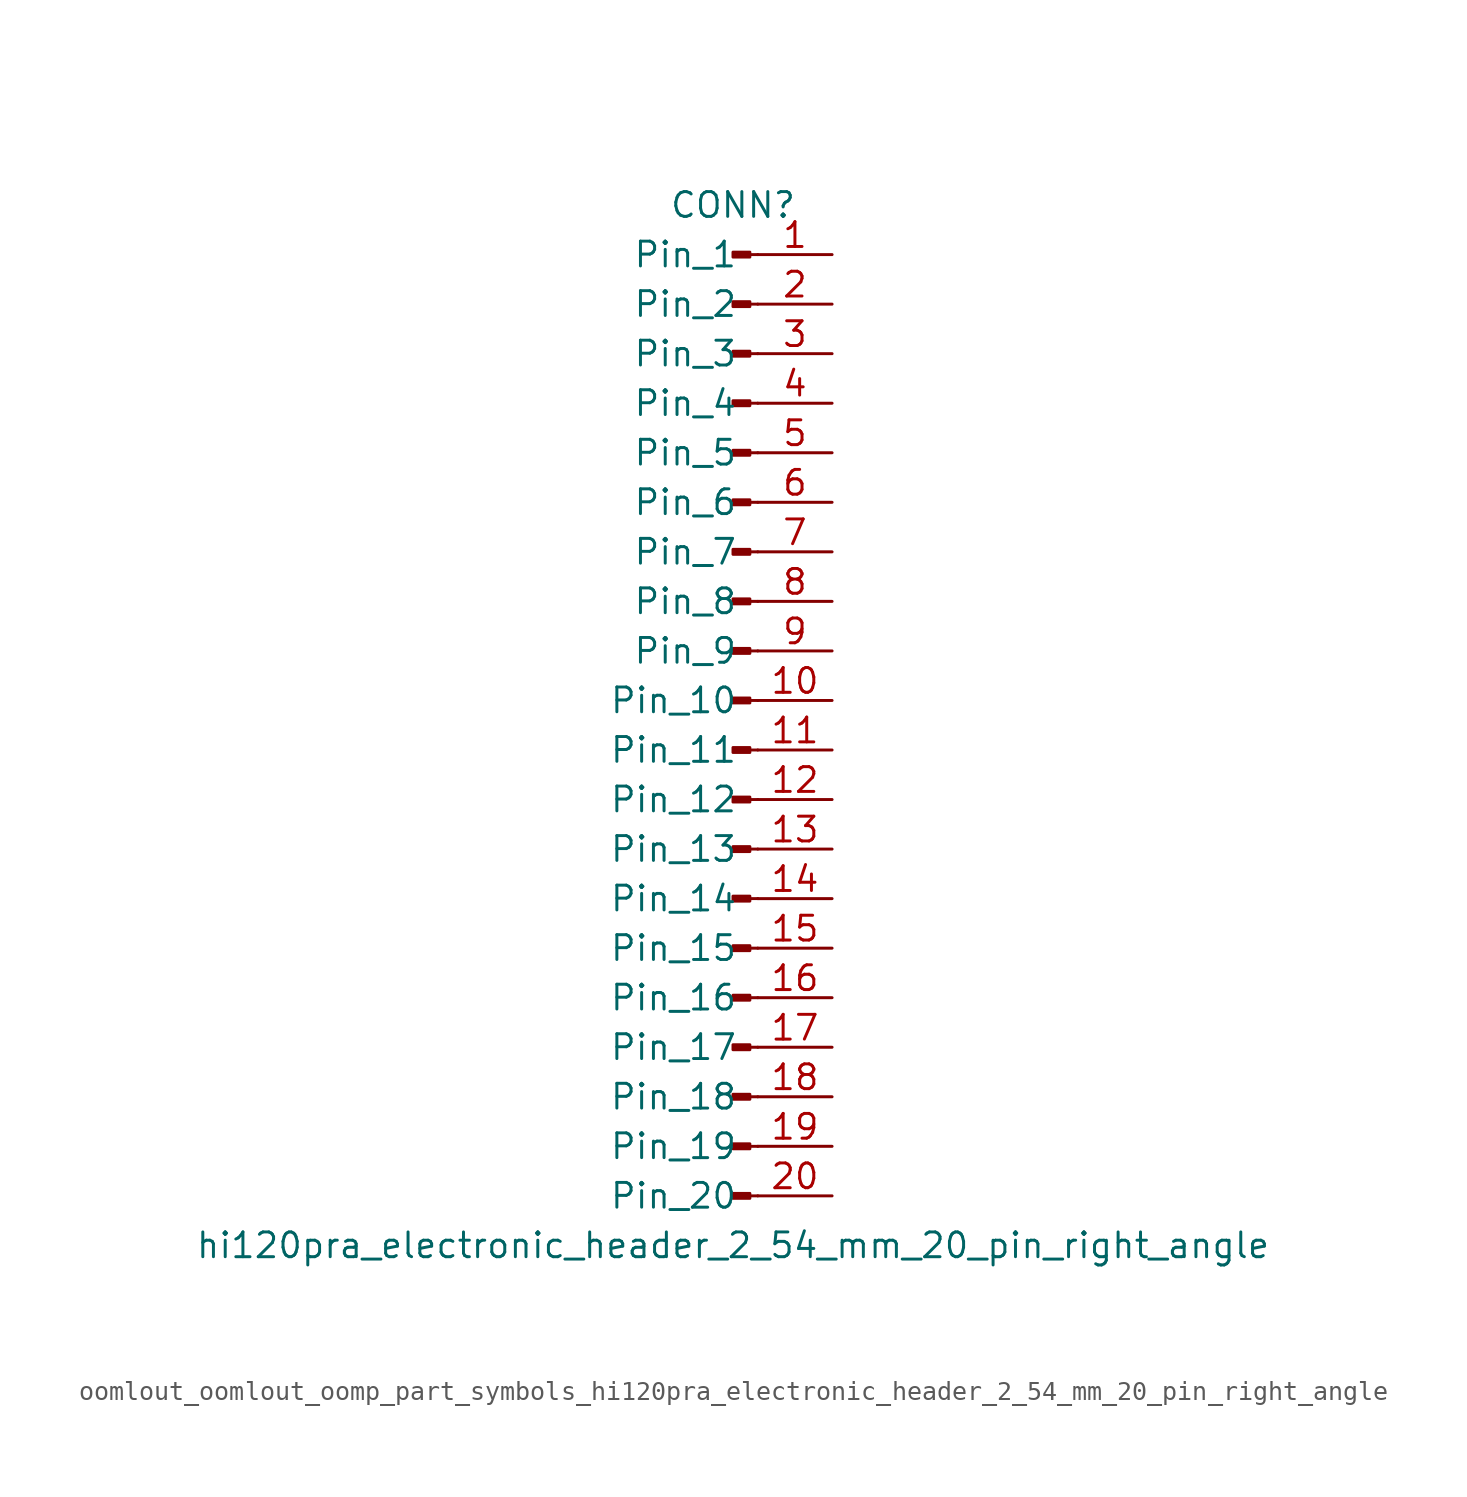
<source format=kicad_sym>
(kicad_symbol_lib
  (version 20220914)
  (generator kicad_symbol_editor)
  (symbol "oomlout_oomlout_oomp_part_symbols_hi120pra_electronic_header_2_54_mm_20_pin_right_angle"
    (pin_names
      (offset 1.016))
    (property "Reference" "CONN"
      (at 0 25.4 0)
      (effects (font (size 1.27 1.27))))
    (property "Value" "hi120pra_electronic_header_2_54_mm_20_pin_right_angle"
      (at 0 -27.94 0)
      (effects (font (size 1.27 1.27))))
    (property "ki_locked" ""
      (at 0 0 0)
      (effects (font (size 1.27 1.27))))
    (symbol "oomlout_oomlout_oomp_part_symbols_hi120pra_electronic_header_2_54_mm_20_pin_right_angle_1_1"
      (polyline (pts (xy 1.27 -25.4) (xy 0.864 -25.4)) (stroke (width 0.152) (type default)) (fill (type none)))
      (polyline (pts (xy 1.27 -22.86) (xy 0.864 -22.86)) (stroke (width 0.152) (type default)) (fill (type none)))
      (polyline (pts (xy 1.27 -20.32) (xy 0.864 -20.32)) (stroke (width 0.152) (type default)) (fill (type none)))
      (polyline (pts (xy 1.27 -17.78) (xy 0.864 -17.78)) (stroke (width 0.152) (type default)) (fill (type none)))
      (polyline (pts (xy 1.27 -15.24) (xy 0.864 -15.24)) (stroke (width 0.152) (type default)) (fill (type none)))
      (polyline (pts (xy 1.27 -12.7) (xy 0.864 -12.7)) (stroke (width 0.152) (type default)) (fill (type none)))
      (polyline (pts (xy 1.27 -10.16) (xy 0.864 -10.16)) (stroke (width 0.152) (type default)) (fill (type none)))
      (polyline (pts (xy 1.27 -7.62) (xy 0.864 -7.62)) (stroke (width 0.152) (type default)) (fill (type none)))
      (polyline (pts (xy 1.27 -5.08) (xy 0.864 -5.08)) (stroke (width 0.152) (type default)) (fill (type none)))
      (polyline (pts (xy 1.27 -2.54) (xy 0.864 -2.54)) (stroke (width 0.152) (type default)) (fill (type none)))
      (polyline (pts (xy 1.27 0) (xy 0.864 0)) (stroke (width 0.152) (type default)) (fill (type none)))
      (polyline (pts (xy 1.27 2.54) (xy 0.864 2.54)) (stroke (width 0.152) (type default)) (fill (type none)))
      (polyline (pts (xy 1.27 5.08) (xy 0.864 5.08)) (stroke (width 0.152) (type default)) (fill (type none)))
      (polyline (pts (xy 1.27 7.62) (xy 0.864 7.62)) (stroke (width 0.152) (type default)) (fill (type none)))
      (polyline (pts (xy 1.27 10.16) (xy 0.864 10.16)) (stroke (width 0.152) (type default)) (fill (type none)))
      (polyline (pts (xy 1.27 12.7) (xy 0.864 12.7)) (stroke (width 0.152) (type default)) (fill (type none)))
      (polyline (pts (xy 1.27 15.24) (xy 0.864 15.24)) (stroke (width 0.152) (type default)) (fill (type none)))
      (polyline (pts (xy 1.27 17.78) (xy 0.864 17.78)) (stroke (width 0.152) (type default)) (fill (type none)))
      (polyline (pts (xy 1.27 20.32) (xy 0.864 20.32)) (stroke (width 0.152) (type default)) (fill (type none)))
      (polyline (pts (xy 1.27 22.86) (xy 0.864 22.86)) (stroke (width 0.152) (type default)) (fill (type none)))
      (rectangle (start 0.864 -25.273) (end 0 -25.527) (stroke (width 0.152) (type default)) (fill (type outline)))
      (rectangle (start 0.864 -22.733) (end 0 -22.987) (stroke (width 0.152) (type default)) (fill (type outline)))
      (rectangle (start 0.864 -20.193) (end 0 -20.447) (stroke (width 0.152) (type default)) (fill (type outline)))
      (rectangle (start 0.864 -17.653) (end 0 -17.907) (stroke (width 0.152) (type default)) (fill (type outline)))
      (rectangle (start 0.864 -15.113) (end 0 -15.367) (stroke (width 0.152) (type default)) (fill (type outline)))
      (rectangle (start 0.864 -12.573) (end 0 -12.827) (stroke (width 0.152) (type default)) (fill (type outline)))
      (rectangle (start 0.864 -10.033) (end 0 -10.287) (stroke (width 0.152) (type default)) (fill (type outline)))
      (rectangle (start 0.864 -7.493) (end 0 -7.747) (stroke (width 0.152) (type default)) (fill (type outline)))
      (rectangle (start 0.864 -4.953) (end 0 -5.207) (stroke (width 0.152) (type default)) (fill (type outline)))
      (rectangle (start 0.864 -2.413) (end 0 -2.667) (stroke (width 0.152) (type default)) (fill (type outline)))
      (rectangle (start 0.864 0.127) (end 0 -0.127) (stroke (width 0.152) (type default)) (fill (type outline)))
      (rectangle (start 0.864 2.667) (end 0 2.413) (stroke (width 0.152) (type default)) (fill (type outline)))
      (rectangle (start 0.864 5.207) (end 0 4.953) (stroke (width 0.152) (type default)) (fill (type outline)))
      (rectangle (start 0.864 7.747) (end 0 7.493) (stroke (width 0.152) (type default)) (fill (type outline)))
      (rectangle (start 0.864 10.287) (end 0 10.033) (stroke (width 0.152) (type default)) (fill (type outline)))
      (rectangle (start 0.864 12.827) (end 0 12.573) (stroke (width 0.152) (type default)) (fill (type outline)))
      (rectangle (start 0.864 15.367) (end 0 15.113) (stroke (width 0.152) (type default)) (fill (type outline)))
      (rectangle (start 0.864 17.907) (end 0 17.653) (stroke (width 0.152) (type default)) (fill (type outline)))
      (rectangle (start 0.864 20.447) (end 0 20.193) (stroke (width 0.152) (type default)) (fill (type outline)))
      (rectangle (start 0.864 22.987) (end 0 22.733) (stroke (width 0.152) (type default)) (fill (type outline)))
      (pin passive line (at 5.08 22.86 180) (length 3.81) (name "Pin_1" (effects (font (size 1.27 1.27)))) (number "1" (effects (font (size 1.27 1.27)))))
      (pin passive line (at 5.08 0 180) (length 3.81) (name "Pin_10" (effects (font (size 1.27 1.27)))) (number "10" (effects (font (size 1.27 1.27)))))
      (pin passive line (at 5.08 -2.54 180) (length 3.81) (name "Pin_11" (effects (font (size 1.27 1.27)))) (number "11" (effects (font (size 1.27 1.27)))))
      (pin passive line (at 5.08 -5.08 180) (length 3.81) (name "Pin_12" (effects (font (size 1.27 1.27)))) (number "12" (effects (font (size 1.27 1.27)))))
      (pin passive line (at 5.08 -7.62 180) (length 3.81) (name "Pin_13" (effects (font (size 1.27 1.27)))) (number "13" (effects (font (size 1.27 1.27)))))
      (pin passive line (at 5.08 -10.16 180) (length 3.81) (name "Pin_14" (effects (font (size 1.27 1.27)))) (number "14" (effects (font (size 1.27 1.27)))))
      (pin passive line (at 5.08 -12.7 180) (length 3.81) (name "Pin_15" (effects (font (size 1.27 1.27)))) (number "15" (effects (font (size 1.27 1.27)))))
      (pin passive line (at 5.08 -15.24 180) (length 3.81) (name "Pin_16" (effects (font (size 1.27 1.27)))) (number "16" (effects (font (size 1.27 1.27)))))
      (pin passive line (at 5.08 -17.78 180) (length 3.81) (name "Pin_17" (effects (font (size 1.27 1.27)))) (number "17" (effects (font (size 1.27 1.27)))))
      (pin passive line (at 5.08 -20.32 180) (length 3.81) (name "Pin_18" (effects (font (size 1.27 1.27)))) (number "18" (effects (font (size 1.27 1.27)))))
      (pin passive line (at 5.08 -22.86 180) (length 3.81) (name "Pin_19" (effects (font (size 1.27 1.27)))) (number "19" (effects (font (size 1.27 1.27)))))
      (pin passive line (at 5.08 20.32 180) (length 3.81) (name "Pin_2" (effects (font (size 1.27 1.27)))) (number "2" (effects (font (size 1.27 1.27)))))
      (pin passive line (at 5.08 -25.4 180) (length 3.81) (name "Pin_20" (effects (font (size 1.27 1.27)))) (number "20" (effects (font (size 1.27 1.27)))))
      (pin passive line (at 5.08 17.78 180) (length 3.81) (name "Pin_3" (effects (font (size 1.27 1.27)))) (number "3" (effects (font (size 1.27 1.27)))))
      (pin passive line (at 5.08 15.24 180) (length 3.81) (name "Pin_4" (effects (font (size 1.27 1.27)))) (number "4" (effects (font (size 1.27 1.27)))))
      (pin passive line (at 5.08 12.7 180) (length 3.81) (name "Pin_5" (effects (font (size 1.27 1.27)))) (number "5" (effects (font (size 1.27 1.27)))))
      (pin passive line (at 5.08 10.16 180) (length 3.81) (name "Pin_6" (effects (font (size 1.27 1.27)))) (number "6" (effects (font (size 1.27 1.27)))))
      (pin passive line (at 5.08 7.62 180) (length 3.81) (name "Pin_7" (effects (font (size 1.27 1.27)))) (number "7" (effects (font (size 1.27 1.27)))))
      (pin passive line (at 5.08 5.08 180) (length 3.81) (name "Pin_8" (effects (font (size 1.27 1.27)))) (number "8" (effects (font (size 1.27 1.27)))))
      (pin passive line (at 5.08 2.54 180) (length 3.81) (name "Pin_9" (effects (font (size 1.27 1.27)))) (number "9" (effects (font (size 1.27 1.27))))))))
</source>
